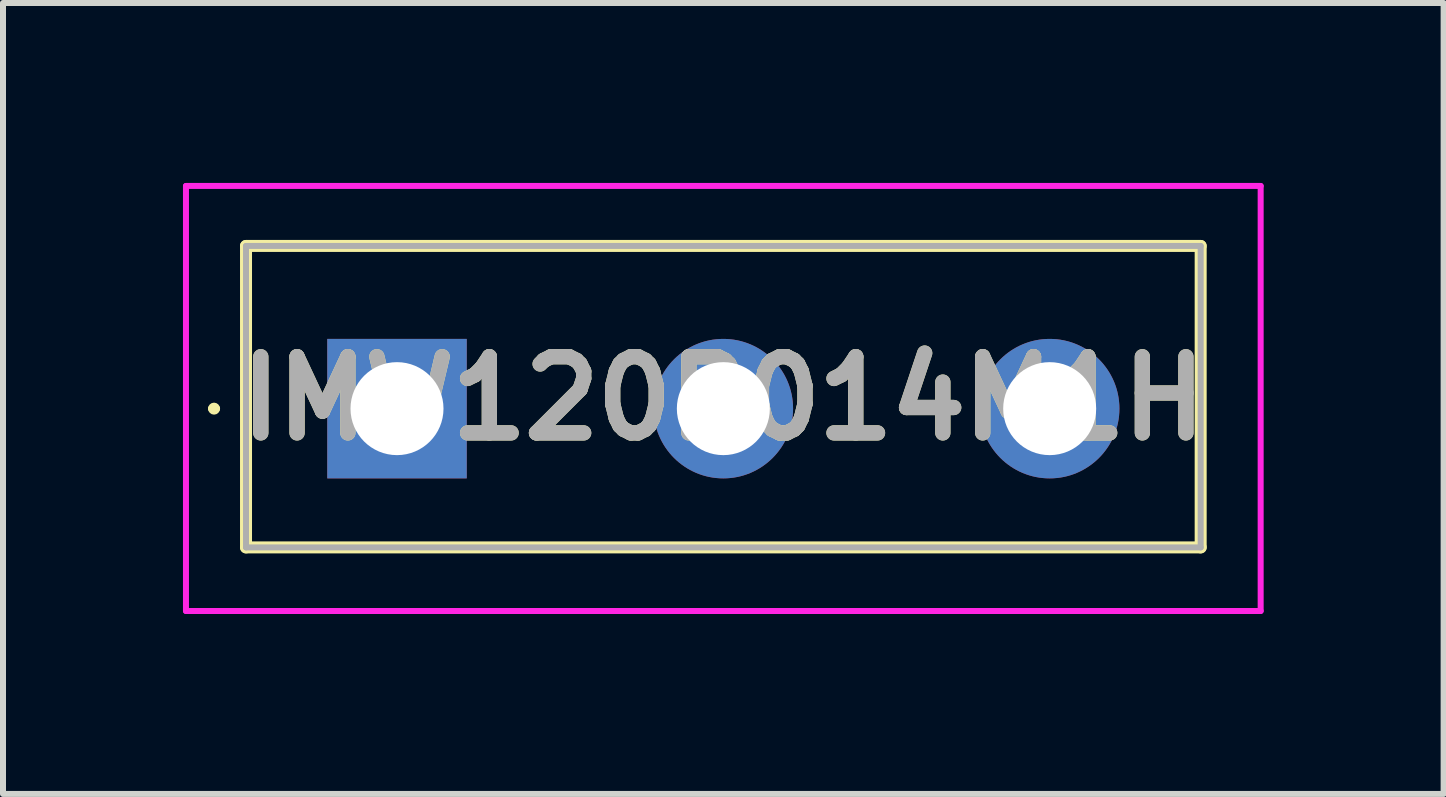
<source format=kicad_pcb>
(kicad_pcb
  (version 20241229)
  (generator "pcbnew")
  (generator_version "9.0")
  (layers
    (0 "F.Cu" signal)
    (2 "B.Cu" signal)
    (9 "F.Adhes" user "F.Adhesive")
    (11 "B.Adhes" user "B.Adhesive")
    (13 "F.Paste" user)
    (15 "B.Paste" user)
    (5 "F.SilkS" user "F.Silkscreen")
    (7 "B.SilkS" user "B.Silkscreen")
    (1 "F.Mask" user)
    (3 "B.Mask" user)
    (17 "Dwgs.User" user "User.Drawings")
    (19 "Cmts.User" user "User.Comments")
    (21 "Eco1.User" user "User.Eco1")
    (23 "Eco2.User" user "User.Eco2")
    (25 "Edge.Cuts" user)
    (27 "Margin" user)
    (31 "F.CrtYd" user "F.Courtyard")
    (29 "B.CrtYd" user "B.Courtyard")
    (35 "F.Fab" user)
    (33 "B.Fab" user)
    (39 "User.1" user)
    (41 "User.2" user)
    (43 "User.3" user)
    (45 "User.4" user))
  (footprint "IMW120R014M1H"
    (layer "F.Cu")
    (at 3.568 3.762)
    (property "Reference" "IMW120R014M1H" (at 5.44 -0.17 0) (layer "F.SilkS") (effects (font (size 1.27 1.27) (thickness 0.254))))
    (attr through_hole)
    (fp_line (start -3.1 0) (end -3.1 0) (stroke (width 0.1) (type solid)) (layer "F.SilkS"))
    (fp_line (start -3 0) (end -3 0) (stroke (width 0.1) (type solid)) (layer "F.SilkS"))
    (fp_line (start -2.517 -2.712) (end 13.397 -2.712) (stroke (width 0.2) (type solid)) (layer "F.SilkS"))
    (fp_line (start -2.517 2.313) (end -2.517 -2.712) (stroke (width 0.2) (type solid)) (layer "F.SilkS"))
    (fp_line (start 13.397 -2.712) (end 13.397 2.313) (stroke (width 0.2) (type solid)) (layer "F.SilkS"))
    (fp_line (start 13.397 2.313) (end -2.517 2.313) (stroke (width 0.2) (type solid)) (layer "F.SilkS"))
    (fp_arc (start -3.1 0) (mid -3.05 -0.05) (end -3 0) (stroke (width 0.1) (type solid)) (layer "F.SilkS"))
    (fp_arc (start -3 0) (mid -3.05 0.05) (end -3.1 0) (stroke (width 0.1) (type solid)) (layer "F.SilkS"))
    (fp_line (start -3.518 -3.712) (end 14.397 -3.712) (stroke (width 0.1) (type solid)) (layer "F.CrtYd"))
    (fp_line (start -3.518 3.373) (end -3.518 -3.712) (stroke (width 0.1) (type solid)) (layer "F.CrtYd"))
    (fp_line (start 14.397 -3.712) (end 14.397 3.373) (stroke (width 0.1) (type solid)) (layer "F.CrtYd"))
    (fp_line (start 14.397 3.373) (end -3.518 3.373) (stroke (width 0.1) (type solid)) (layer "F.CrtYd"))
    (fp_line (start -2.517 -2.712) (end 13.397 -2.712) (stroke (width 0.1) (type solid)) (layer "F.Fab"))
    (fp_line (start -2.517 2.313) (end -2.517 -2.712) (stroke (width 0.1) (type solid)) (layer "F.Fab"))
    (fp_line (start 13.397 -2.712) (end 13.397 2.313) (stroke (width 0.1) (type solid)) (layer "F.Fab"))
    (fp_line (start 13.397 2.313) (end -2.517 2.313) (stroke (width 0.1) (type solid)) (layer "F.Fab"))
    (fp_text user "${REFERENCE}" (at 5.44 -0.17 0) (layer "F.Fab") (effects (font (size 1.27 1.27) (thickness 0.254))))
    (pad "1" thru_hole rect (at 0 0) (size 2.325 2.325) (drill 1.55) (layers "*.Cu" "*.Mask"))
    (pad "2" thru_hole circle (at 5.44 0) (size 2.325 2.325) (drill 1.55) (layers "*.Cu" "*.Mask"))
    (pad "3" thru_hole circle (at 10.88 0) (size 2.325 2.325) (drill 1.55) (layers "*.Cu" "*.Mask")))
  (gr_rect
    (start -3 -3)
    (end 21.015 10.185)
    (stroke (width 0.1) (type default))
    (fill no)
    (layer "Edge.Cuts")))
</source>
